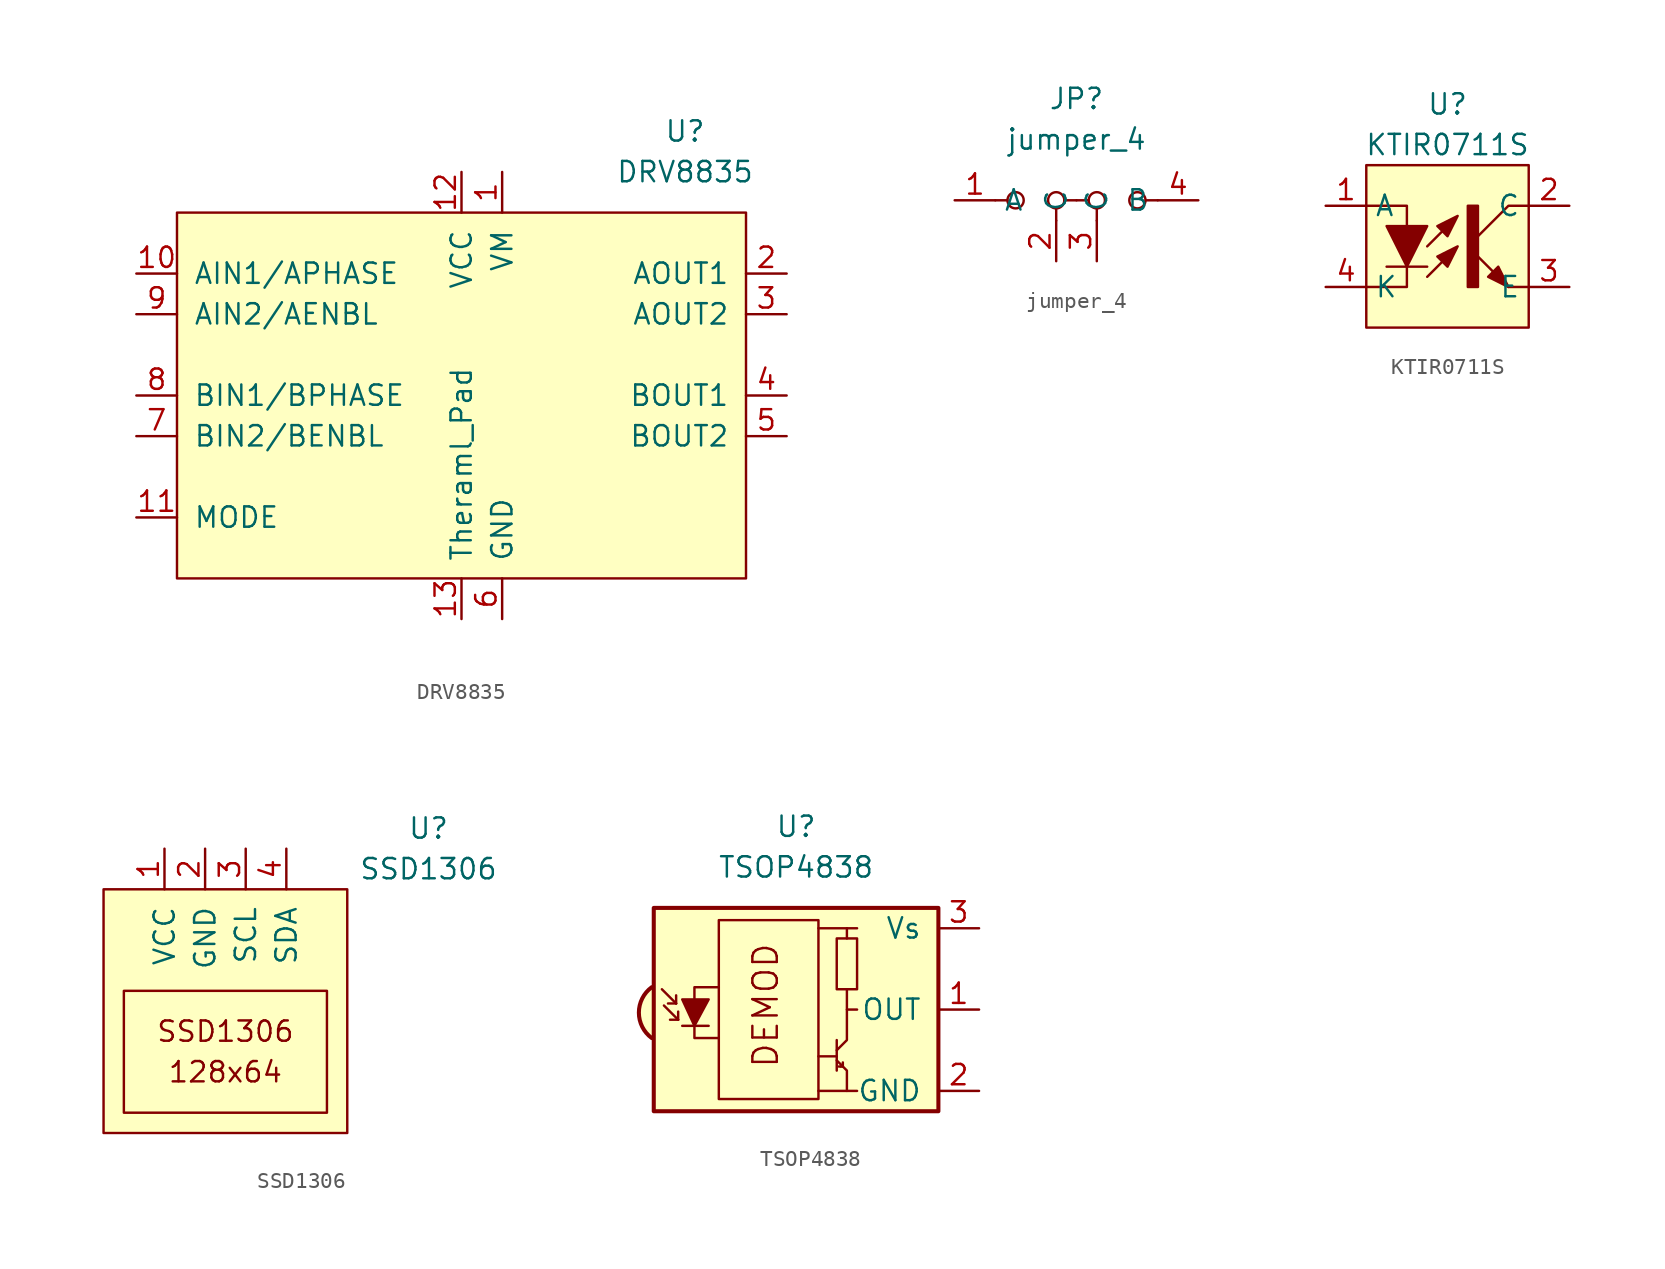
<source format=kicad_sym>
(kicad_symbol_lib
  (version 20211014)
  (generator kicad_symbol_editor)
  (symbol "DRV8835"
    (pin_names
      (offset 1.016))
    (property "Reference" "U"
      (at 12.7 13.97 0)
      (effects (font (size 1.27 1.27))))
    (property "Value" "DRV8835"
      (at 12.7 11.43 0)
      (effects (font (size 1.27 1.27))))
    (symbol "DRV8835_1_1"
      (rectangle (start -19.05 8.89) (end 16.51 -13.97) (stroke (width 0) (type default) (color 0 0 0 0)) (fill (type background)))
      (pin passive line (at 1.27 11.43 270) (length 2.54) (name "VM" (effects (font (size 1.27 1.27)))) (number "1" (effects (font (size 1.27 1.27)))))
      (pin input line (at -21.59 5.08 0) (length 2.54) (name "AIN1/APHASE" (effects (font (size 1.27 1.27)))) (number "10" (effects (font (size 1.27 1.27)))))
      (pin input line (at -21.59 -10.16 0) (length 2.54) (name "MODE" (effects (font (size 1.27 1.27)))) (number "11" (effects (font (size 1.27 1.27)))))
      (pin passive line (at -1.27 11.43 270) (length 2.54) (name "VCC" (effects (font (size 1.27 1.27)))) (number "12" (effects (font (size 1.27 1.27)))))
      (pin passive line (at -1.27 -16.51 90) (length 2.54) (name "Theraml_Pad" (effects (font (size 1.27 1.27)))) (number "13" (effects (font (size 1.27 1.27)))))
      (pin output line (at 19.05 5.08 180) (length 2.54) (name "AOUT1" (effects (font (size 1.27 1.27)))) (number "2" (effects (font (size 1.27 1.27)))))
      (pin output line (at 19.05 2.54 180) (length 2.54) (name "AOUT2" (effects (font (size 1.27 1.27)))) (number "3" (effects (font (size 1.27 1.27)))))
      (pin output line (at 19.05 -2.54 180) (length 2.54) (name "BOUT1" (effects (font (size 1.27 1.27)))) (number "4" (effects (font (size 1.27 1.27)))))
      (pin output line (at 19.05 -5.08 180) (length 2.54) (name "BOUT2" (effects (font (size 1.27 1.27)))) (number "5" (effects (font (size 1.27 1.27)))))
      (pin passive line (at 1.27 -16.51 90) (length 2.54) (name "GND" (effects (font (size 1.27 1.27)))) (number "6" (effects (font (size 1.27 1.27)))))
      (pin input line (at -21.59 -5.08 0) (length 2.54) (name "BIN2/BENBL" (effects (font (size 1.27 1.27)))) (number "7" (effects (font (size 1.27 1.27)))))
      (pin input line (at -21.59 -2.54 0) (length 2.54) (name "BIN1/BPHASE" (effects (font (size 1.27 1.27)))) (number "8" (effects (font (size 1.27 1.27)))))
      (pin input line (at -21.59 2.54 0) (length 2.54) (name "AIN2/AENBL" (effects (font (size 1.27 1.27)))) (number "9" (effects (font (size 1.27 1.27)))))))
  (symbol "jumper_4"
    (property "Reference" "JP"
      (at 0 6.35 0)
      (effects (font (size 1.27 1.27))))
    (property "Value" "jumper_4"
      (at 0 3.81 0)
      (effects (font (size 1.27 1.27))))
    (symbol "jumper_4_0_0"
      (circle (center -3.81 0) (radius 0.508) (stroke (width 0) (type default) (color 0 0 0 0)) (fill (type none)))
      (circle (center -1.27 0) (radius 0.508) (stroke (width 0) (type default) (color 0 0 0 0)) (fill (type none)))
      (circle (center 1.27 0) (radius 0.508) (stroke (width 0) (type default) (color 0 0 0 0)) (fill (type none)))
      (circle (center 3.81 0) (radius 0.508) (stroke (width 0) (type default) (color 0 0 0 0)) (fill (type none))))
    (symbol "jumper_4_0_1"
      (polyline (pts (xy -5.08 0) (xy -4.318 0)) (stroke (width 0) (type default) (color 0 0 0 0)) (fill (type none)))
      (polyline (pts (xy -1.27 -1.27) (xy -1.27 -0.508)) (stroke (width 0) (type default) (color 0 0 0 0)) (fill (type none)))
      (polyline (pts (xy 0 0) (xy -0.762 0)) (stroke (width 0) (type default) (color 0 0 0 0)) (fill (type none)))
      (polyline (pts (xy 0 0) (xy 0.762 0)) (stroke (width 0) (type default) (color 0 0 0 0)) (fill (type none)))
      (polyline (pts (xy 1.27 -1.27) (xy 1.27 -0.508)) (stroke (width 0) (type default) (color 0 0 0 0)) (fill (type none)))
      (polyline (pts (xy 5.08 0) (xy 4.318 0)) (stroke (width 0) (type default) (color 0 0 0 0)) (fill (type none))))
    (symbol "jumper_4_1_1"
      (pin passive line (at -7.62 0 0) (length 2.54) (name "A" (effects (font (size 1.27 1.27)))) (number "1" (effects (font (size 1.27 1.27)))))
      (pin passive line (at -1.27 -3.81 90) (length 2.54) (name "C" (effects (font (size 1.27 1.27)))) (number "2" (effects (font (size 1.27 1.27)))))
      (pin passive line (at 1.27 -3.81 90) (length 2.54) (name "C" (effects (font (size 1.27 1.27)))) (number "3" (effects (font (size 1.27 1.27)))))
      (pin passive line (at 7.62 0 180) (length 2.54) (name "B" (effects (font (size 1.27 1.27)))) (number "4" (effects (font (size 1.27 1.27)))))))
  (symbol "KTIR0711S"
    (property "Reference" "U"
      (at 0 8.89 0)
      (effects (font (size 1.27 1.27))))
    (property "Value" "KTIR0711S"
      (at 0 6.35 0)
      (effects (font (size 1.27 1.27))))
    (symbol "KTIR0711S_0_1"
      (rectangle (start -5.08 5.08) (end 5.08 -5.08) (stroke (width 0) (type default) (color 0 0 0 0)) (fill (type background)))
      (polyline (pts (xy -3.81 -1.27) (xy -1.27 -1.27)) (stroke (width 0) (type default) (color 0 0 0 0)) (fill (type none)))
      (polyline (pts (xy 5.08 -2.54) (xy 3.81 -2.54) (xy 1.905 -0.635)) (stroke (width 0) (type default) (color 0 0 0 0)) (fill (type none)))
      (polyline (pts (xy 5.08 2.54) (xy 3.81 2.54) (xy 1.905 0.635)) (stroke (width 0) (type default) (color 0 0 0 0)) (fill (type none)))
      (polyline (pts (xy -5.08 2.54) (xy -2.54 2.54) (xy -2.54 -2.54) (xy -5.08 -2.54)) (stroke (width 0) (type default) (color 0 0 0 0)) (fill (type none)))
      (polyline (pts (xy -2.54 -1.27) (xy -3.81 1.27) (xy -1.27 1.27) (xy -2.54 -1.27)) (stroke (width 0) (type default) (color 0 0 0 0)) (fill (type outline)))
      (polyline (pts (xy 3.81 -2.54) (xy 3.175 -1.27) (xy 2.54 -1.905) (xy 3.81 -2.54)) (stroke (width 0) (type default) (color 0 0 0 0)) (fill (type outline)))
      (polyline (pts (xy -1.27 -1.905) (xy 0.635 0) (xy 0 -1.27) (xy -0.635 -0.635) (xy 0.635 0)) (stroke (width 0) (type default) (color 0 0 0 0)) (fill (type outline)))
      (polyline (pts (xy -1.27 0) (xy 0.635 1.905) (xy 0 0.635) (xy -0.635 1.27) (xy 0.635 1.905)) (stroke (width 0) (type default) (color 0 0 0 0)) (fill (type outline)))
      (rectangle (start 1.27 2.54) (end 1.905 -2.54) (stroke (width 0) (type default) (color 0 0 0 0)) (fill (type outline))))
    (symbol "KTIR0711S_1_1"
      (pin passive line (at -7.62 2.54 0) (length 2.54) (name "A" (effects (font (size 1.27 1.27)))) (number "1" (effects (font (size 1.27 1.27)))))
      (pin passive line (at 7.62 2.54 180) (length 2.54) (name "C" (effects (font (size 1.27 1.27)))) (number "2" (effects (font (size 1.27 1.27)))))
      (pin passive line (at 7.62 -2.54 180) (length 2.54) (name "E" (effects (font (size 1.27 1.27)))) (number "3" (effects (font (size 1.27 1.27)))))
      (pin passive line (at -7.62 -2.54 0) (length 2.54) (name "K" (effects (font (size 1.27 1.27)))) (number "4" (effects (font (size 1.27 1.27)))))))
  (symbol "SSD1306"
    (pin_names
      (offset 1.016))
    (property "Reference" "U"
      (at 12.7 10.16 0)
      (effects (font (size 1.27 1.27))))
    (property "Value" "SSD1306"
      (at 12.7 7.62 0)
      (effects (font (size 1.27 1.27))))
    (symbol "SSD1306_0_0"
      (rectangle (start -6.35 0) (end 6.35 -7.62) (stroke (width 0) (type default) (color 0 0 0 0)) (fill (type background)))
      (text "128x64" (at 0 -5.08 0) (effects (font (size 1.27 1.27))))
      (text "SSD1306" (at 0 -2.54 0) (effects (font (size 1.27 1.27)))))
    (symbol "SSD1306_0_1"
      (rectangle (start -7.62 6.35) (end 7.62 -8.89) (stroke (width 0) (type default) (color 0 0 0 0)) (fill (type background))))
    (symbol "SSD1306_1_1"
      (pin power_in line (at -3.81 8.89 270) (length 2.54) (name "VCC" (effects (font (size 1.27 1.27)))) (number "1" (effects (font (size 1.27 1.27)))))
      (pin power_out line (at -1.27 8.89 270) (length 2.54) (name "GND" (effects (font (size 1.27 1.27)))) (number "2" (effects (font (size 1.27 1.27)))))
      (pin bidirectional line (at 1.27 8.89 270) (length 2.54) (name "SCL" (effects (font (size 1.27 1.27)))) (number "3" (effects (font (size 1.27 1.27)))))
      (pin bidirectional line (at 3.81 8.89 270) (length 2.54) (name "SDA" (effects (font (size 1.27 1.27)))) (number "4" (effects (font (size 1.27 1.27)))))))
  (symbol "TSOP4838"
    (pin_names
      (offset 1.016))
    (property "Reference" "U"
      (at 0 11.43 0)
      (effects (font (size 1.27 1.27))))
    (property "Value" "TSOP4838"
      (at 0 8.89 0)
      (effects (font (size 1.27 1.27))))
    (symbol "TSOP4838_1_1"
      (arc (start -9.017 1.397) (mid -9.8199 -0.1852) (end -9.017 -1.778) (stroke (width 0.254) (type default) (color 0 0 0 0)) (fill (type background)))
      (rectangle (start -4.826 5.588) (end 1.397 -5.588) (stroke (width 0) (type default) (color 0 0 0 0)) (fill (type none)))
      (polyline (pts (xy -7.493 0.381) (xy -8.382 1.27)) (stroke (width 0) (type default) (color 0 0 0 0)) (fill (type none)))
      (polyline (pts (xy -7.493 0.381) (xy -8.001 0.381)) (stroke (width 0) (type default) (color 0 0 0 0)) (fill (type none)))
      (polyline (pts (xy -7.493 0.381) (xy -7.493 0.889)) (stroke (width 0) (type default) (color 0 0 0 0)) (fill (type none)))
      (polyline (pts (xy -7.366 -0.635) (xy -8.255 0.254)) (stroke (width 0) (type default) (color 0 0 0 0)) (fill (type none)))
      (polyline (pts (xy -7.366 -0.635) (xy -7.874 -0.635)) (stroke (width 0) (type default) (color 0 0 0 0)) (fill (type none)))
      (polyline (pts (xy -7.366 -0.635) (xy -7.366 -0.127)) (stroke (width 0) (type default) (color 0 0 0 0)) (fill (type none)))
      (polyline (pts (xy -7.112 -1.016) (xy -5.461 -1.016)) (stroke (width 0) (type default) (color 0 0 0 0)) (fill (type none)))
      (polyline (pts (xy 2.54 -2.921) (xy 1.397 -2.921)) (stroke (width 0) (type default) (color 0 0 0 0)) (fill (type none)))
      (polyline (pts (xy 2.54 -1.905) (xy 2.54 -3.81)) (stroke (width 0) (type default) (color 0 0 0 0)) (fill (type none)))
      (polyline (pts (xy 2.667 -3.556) (xy 2.794 -3.556)) (stroke (width 0) (type default) (color 0 0 0 0)) (fill (type none)))
      (polyline (pts (xy 2.921 -3.556) (xy 2.794 -3.556)) (stroke (width 0) (type default) (color 0 0 0 0)) (fill (type none)))
      (polyline (pts (xy 2.921 -3.556) (xy 2.921 -3.302)) (stroke (width 0) (type default) (color 0 0 0 0)) (fill (type none)))
      (polyline (pts (xy 3.175 -5.08) (xy 1.397 -5.08)) (stroke (width 0) (type default) (color 0 0 0 0)) (fill (type none)))
      (polyline (pts (xy 3.175 0) (xy 3.175 1.27)) (stroke (width 0) (type default) (color 0 0 0 0)) (fill (type none)))
      (polyline (pts (xy 3.175 5.08) (xy 1.397 5.08)) (stroke (width 0) (type default) (color 0 0 0 0)) (fill (type none)))
      (polyline (pts (xy 3.175 4.445) (xy 3.175 5.08) (xy 3.81 5.08)) (stroke (width 0) (type default) (color 0 0 0 0)) (fill (type none)))
      (polyline (pts (xy -7.112 0.635) (xy -5.461 0.635) (xy -6.35 -1.016) (xy -7.112 0.635)) (stroke (width 0) (type default) (color 0 0 0 0)) (fill (type outline)))
      (polyline (pts (xy -4.826 1.397) (xy -6.35 1.397) (xy -6.35 -1.778) (xy -4.826 -1.778)) (stroke (width 0) (type default) (color 0 0 0 0)) (fill (type none)))
      (polyline (pts (xy 2.54 -3.175) (xy 3.175 -3.81) (xy 3.175 -5.08) (xy 3.81 -5.08)) (stroke (width 0) (type default) (color 0 0 0 0)) (fill (type none)))
      (polyline (pts (xy 2.54 -2.54) (xy 3.175 -1.905) (xy 3.175 0) (xy 3.81 0)) (stroke (width 0) (type default) (color 0 0 0 0)) (fill (type none)))
      (rectangle (start 3.81 1.27) (end 2.54 4.445) (stroke (width 0) (type default) (color 0 0 0 0)) (fill (type none)))
      (rectangle (start 8.89 6.35) (end -8.89 -6.35) (stroke (width 0.254) (type default) (color 0 0 0 0)) (fill (type background)))
      (text "DEMOD" (at -1.905 0.254 900) (effects (font (size 1.524 1.524))))
      (pin output line (at 11.43 0 180) (length 2.54) (name "OUT" (effects (font (size 1.27 1.27)))) (number "1" (effects (font (size 1.27 1.27)))))
      (pin power_in line (at 11.43 -5.08 180) (length 2.54) (name "GND" (effects (font (size 1.27 1.27)))) (number "2" (effects (font (size 1.27 1.27)))))
      (pin power_in line (at 11.43 5.08 180) (length 2.54) (name "Vs" (effects (font (size 1.27 1.27)))) (number "3" (effects (font (size 1.27 1.27))))))))
</source>
